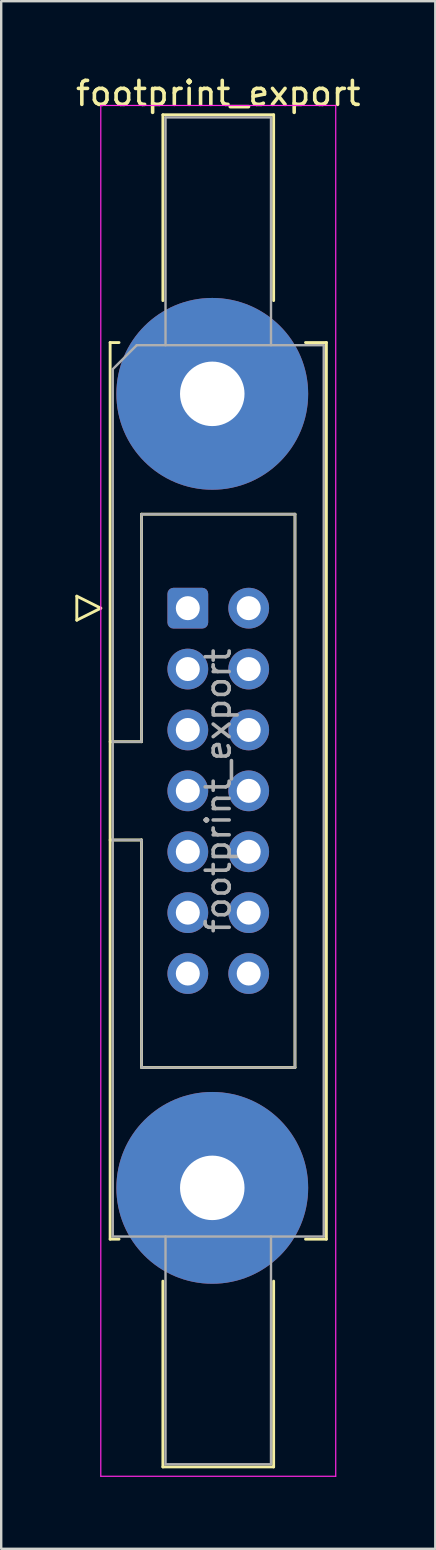
<source format=kicad_pcb>
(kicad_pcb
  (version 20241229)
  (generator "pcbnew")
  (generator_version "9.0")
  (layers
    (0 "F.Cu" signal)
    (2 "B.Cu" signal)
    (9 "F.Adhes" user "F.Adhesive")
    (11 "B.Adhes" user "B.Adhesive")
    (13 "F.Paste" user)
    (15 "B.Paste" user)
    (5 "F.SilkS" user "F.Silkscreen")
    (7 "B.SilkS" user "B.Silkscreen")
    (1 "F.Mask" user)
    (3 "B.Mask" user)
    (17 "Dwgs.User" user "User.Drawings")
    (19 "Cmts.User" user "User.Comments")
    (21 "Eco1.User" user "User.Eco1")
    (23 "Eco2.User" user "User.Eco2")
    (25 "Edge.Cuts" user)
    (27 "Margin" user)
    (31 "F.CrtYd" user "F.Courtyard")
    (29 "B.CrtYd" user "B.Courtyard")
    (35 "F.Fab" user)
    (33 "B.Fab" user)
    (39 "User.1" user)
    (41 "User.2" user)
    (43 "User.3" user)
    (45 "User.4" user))
  (footprint "footprint_export"
    (layer "F.Cu")
    (at 4.784 22.318)
    (property "Reference" "footprint_export" (at 1.27 -21.47 0) (layer "F.SilkS") (effects (font (size 1 1) (thickness 0.15))))
    (attr through_hole)
    (fp_line (start -4.63 -0.5) (end -4.63 0.5) (stroke (width 0.12) (type solid)) (layer "F.SilkS"))
    (fp_line (start -4.63 0.5) (end -3.63 0) (stroke (width 0.12) (type solid)) (layer "F.SilkS"))
    (fp_line (start -3.63 0) (end -4.63 -0.5) (stroke (width 0.12) (type solid)) (layer "F.SilkS"))
    (fp_line (start -3.24 -11.08) (end -3.24 26.32) (stroke (width 0.12) (type solid)) (layer "F.SilkS"))
    (fp_line (start -3.24 5.57) (end -1.93 5.57) (stroke (width 0.12) (type solid)) (layer "F.SilkS"))
    (fp_line (start -3.24 26.32) (end -2.87 26.32) (stroke (width 0.12) (type solid)) (layer "F.SilkS"))
    (fp_line (start -2.87 -11.08) (end -3.24 -11.08) (stroke (width 0.12) (type solid)) (layer "F.SilkS"))
    (fp_line (start -1.93 -3.92) (end 4.47 -3.92) (stroke (width 0.12) (type solid)) (layer "F.SilkS"))
    (fp_line (start -1.93 5.57) (end -1.93 -3.92) (stroke (width 0.12) (type solid)) (layer "F.SilkS"))
    (fp_line (start -1.93 9.67) (end -3.24 9.67) (stroke (width 0.12) (type solid)) (layer "F.SilkS"))
    (fp_line (start -1.93 9.67) (end -1.93 9.67) (stroke (width 0.12) (type solid)) (layer "F.SilkS"))
    (fp_line (start -1.93 19.16) (end -1.93 9.67) (stroke (width 0.12) (type solid)) (layer "F.SilkS"))
    (fp_line (start -1.04 -20.58) (end 3.58 -20.58) (stroke (width 0.12) (type solid)) (layer "F.SilkS"))
    (fp_line (start -1.04 -12.83) (end -1.04 -20.58) (stroke (width 0.12) (type solid)) (layer "F.SilkS"))
    (fp_line (start -1.04 28.07) (end -1.04 35.82) (stroke (width 0.12) (type solid)) (layer "F.SilkS"))
    (fp_line (start -1.04 35.82) (end 3.58 35.82) (stroke (width 0.12) (type solid)) (layer "F.SilkS"))
    (fp_line (start 3.58 -20.58) (end 3.58 -12.83) (stroke (width 0.12) (type solid)) (layer "F.SilkS"))
    (fp_line (start 3.58 35.82) (end 3.58 28.07) (stroke (width 0.12) (type solid)) (layer "F.SilkS"))
    (fp_line (start 4.47 -3.92) (end 4.47 19.16) (stroke (width 0.12) (type solid)) (layer "F.SilkS"))
    (fp_line (start 4.47 19.16) (end -1.93 19.16) (stroke (width 0.12) (type solid)) (layer "F.SilkS"))
    (fp_line (start 4.91 -11.08) (end 5.78 -11.08) (stroke (width 0.12) (type solid)) (layer "F.SilkS"))
    (fp_line (start 5.78 -11.08) (end 5.78 26.32) (stroke (width 0.12) (type solid)) (layer "F.SilkS"))
    (fp_line (start 5.78 26.32) (end 4.91 26.32) (stroke (width 0.12) (type solid)) (layer "F.SilkS"))
    (fp_line (start -3.63 -20.97) (end -3.63 36.21) (stroke (width 0.05) (type solid)) (layer "F.CrtYd"))
    (fp_line (start -3.63 36.21) (end 6.17 36.21) (stroke (width 0.05) (type solid)) (layer "F.CrtYd"))
    (fp_line (start 6.17 -20.97) (end -3.63 -20.97) (stroke (width 0.05) (type solid)) (layer "F.CrtYd"))
    (fp_line (start 6.17 36.21) (end 6.17 -20.97) (stroke (width 0.05) (type solid)) (layer "F.CrtYd"))
    (fp_line (start -3.13 -9.97) (end -2.13 -10.97) (stroke (width 0.1) (type solid)) (layer "F.Fab"))
    (fp_line (start -3.13 5.57) (end -1.93 5.57) (stroke (width 0.1) (type solid)) (layer "F.Fab"))
    (fp_line (start -3.13 26.21) (end -3.13 -9.97) (stroke (width 0.1) (type solid)) (layer "F.Fab"))
    (fp_line (start -2.13 -10.97) (end 5.67 -10.97) (stroke (width 0.1) (type solid)) (layer "F.Fab"))
    (fp_line (start -1.93 -3.92) (end 4.47 -3.92) (stroke (width 0.1) (type solid)) (layer "F.Fab"))
    (fp_line (start -1.93 5.57) (end -1.93 -3.92) (stroke (width 0.1) (type solid)) (layer "F.Fab"))
    (fp_line (start -1.93 9.67) (end -3.13 9.67) (stroke (width 0.1) (type solid)) (layer "F.Fab"))
    (fp_line (start -1.93 9.67) (end -1.93 9.67) (stroke (width 0.1) (type solid)) (layer "F.Fab"))
    (fp_line (start -1.93 19.16) (end -1.93 9.67) (stroke (width 0.1) (type solid)) (layer "F.Fab"))
    (fp_line (start -0.93 -20.47) (end 3.47 -20.47) (stroke (width 0.1) (type solid)) (layer "F.Fab"))
    (fp_line (start -0.93 -10.97) (end -0.93 -20.47) (stroke (width 0.1) (type solid)) (layer "F.Fab"))
    (fp_line (start -0.93 26.21) (end -0.93 35.71) (stroke (width 0.1) (type solid)) (layer "F.Fab"))
    (fp_line (start -0.93 35.71) (end 3.47 35.71) (stroke (width 0.1) (type solid)) (layer "F.Fab"))
    (fp_line (start 3.47 -20.47) (end 3.47 -10.97) (stroke (width 0.1) (type solid)) (layer "F.Fab"))
    (fp_line (start 3.47 35.71) (end 3.47 26.21) (stroke (width 0.1) (type solid)) (layer "F.Fab"))
    (fp_line (start 4.47 -3.92) (end 4.47 19.16) (stroke (width 0.1) (type solid)) (layer "F.Fab"))
    (fp_line (start 4.47 19.16) (end -1.93 19.16) (stroke (width 0.1) (type solid)) (layer "F.Fab"))
    (fp_line (start 5.67 -10.97) (end 5.67 26.21) (stroke (width 0.1) (type solid)) (layer "F.Fab"))
    (fp_line (start 5.67 26.21) (end -3.13 26.21) (stroke (width 0.1) (type solid)) (layer "F.Fab"))
    (fp_text user "${REFERENCE}" (at 1.27 7.62 90) (layer "F.Fab") (effects (font (size 1 1) (thickness 0.15))))
    (pad "1" thru_hole roundrect (at 0 0) (size 1.7 1.7) (drill 1) (layers "*.Cu" "*.Mask") (roundrect_rratio 0.147))
    (pad "2" thru_hole circle (at 2.54 0) (size 1.7 1.7) (drill 1) (layers "*.Cu" "*.Mask"))
    (pad "3" thru_hole circle (at 0 2.54) (size 1.7 1.7) (drill 1) (layers "*.Cu" "*.Mask"))
    (pad "4" thru_hole circle (at 2.54 2.54) (size 1.7 1.7) (drill 1) (layers "*.Cu" "*.Mask"))
    (pad "5" thru_hole circle (at 0 5.08) (size 1.7 1.7) (drill 1) (layers "*.Cu" "*.Mask"))
    (pad "6" thru_hole circle (at 2.54 5.08) (size 1.7 1.7) (drill 1) (layers "*.Cu" "*.Mask"))
    (pad "7" thru_hole circle (at 0 7.62) (size 1.7 1.7) (drill 1) (layers "*.Cu" "*.Mask"))
    (pad "8" thru_hole circle (at 2.54 7.62) (size 1.7 1.7) (drill 1) (layers "*.Cu" "*.Mask"))
    (pad "9" thru_hole circle (at 0 10.16) (size 1.7 1.7) (drill 1) (layers "*.Cu" "*.Mask"))
    (pad "10" thru_hole circle (at 2.54 10.16) (size 1.7 1.7) (drill 1) (layers "*.Cu" "*.Mask"))
    (pad "11" thru_hole circle (at 0 12.7) (size 1.7 1.7) (drill 1) (layers "*.Cu" "*.Mask"))
    (pad "12" thru_hole circle (at 2.54 12.7) (size 1.7 1.7) (drill 1) (layers "*.Cu" "*.Mask"))
    (pad "13" thru_hole circle (at 0 15.24) (size 1.7 1.7) (drill 1) (layers "*.Cu" "*.Mask"))
    (pad "14" thru_hole circle (at 2.54 15.24) (size 1.7 1.7) (drill 1) (layers "*.Cu" "*.Mask"))
    (pad "MP" thru_hole circle (at 1.02 -8.94) (size 8 8) (drill 2.69) (layers "*.Cu" "*.Mask"))
    (pad "MP" thru_hole circle (at 1.02 24.18) (size 8 8) (drill 2.69) (layers "*.Cu" "*.Mask")))
  (gr_rect
    (start -3 -3)
    (end 15.107 61.553)
    (stroke (width 0.1) (type default))
    (fill no)
    (layer "Edge.Cuts")))
</source>
